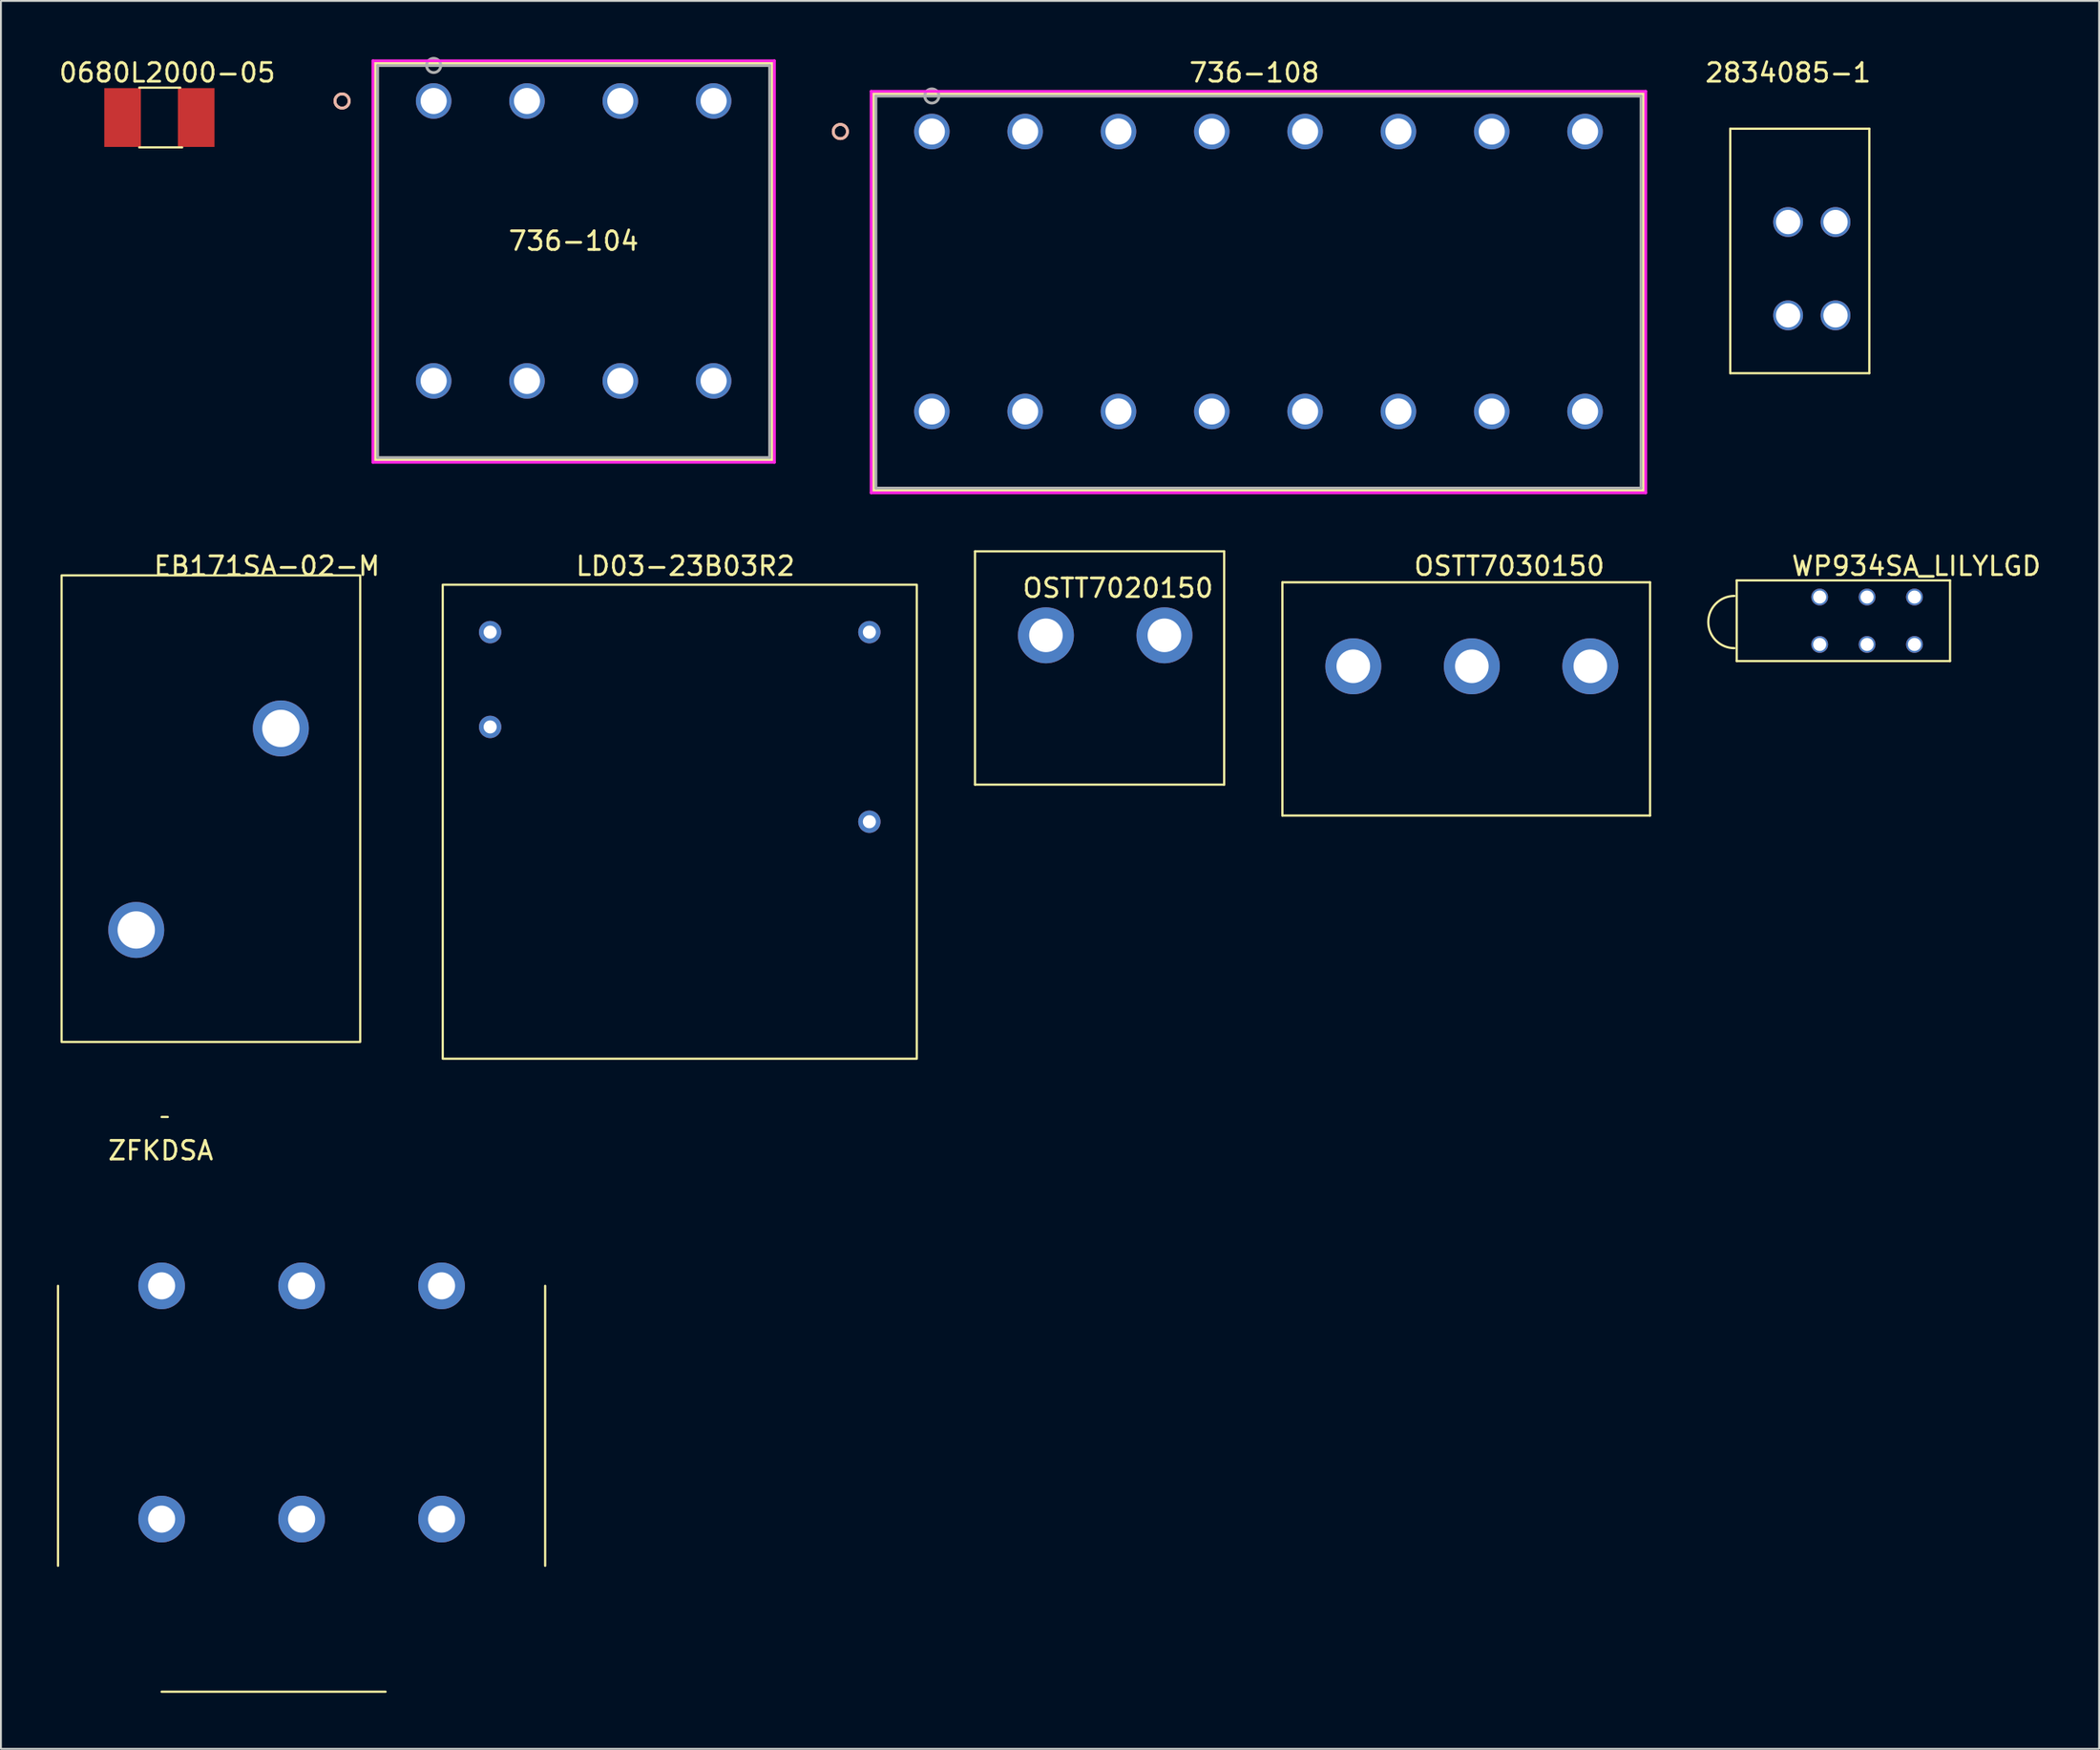
<source format=kicad_pcb>
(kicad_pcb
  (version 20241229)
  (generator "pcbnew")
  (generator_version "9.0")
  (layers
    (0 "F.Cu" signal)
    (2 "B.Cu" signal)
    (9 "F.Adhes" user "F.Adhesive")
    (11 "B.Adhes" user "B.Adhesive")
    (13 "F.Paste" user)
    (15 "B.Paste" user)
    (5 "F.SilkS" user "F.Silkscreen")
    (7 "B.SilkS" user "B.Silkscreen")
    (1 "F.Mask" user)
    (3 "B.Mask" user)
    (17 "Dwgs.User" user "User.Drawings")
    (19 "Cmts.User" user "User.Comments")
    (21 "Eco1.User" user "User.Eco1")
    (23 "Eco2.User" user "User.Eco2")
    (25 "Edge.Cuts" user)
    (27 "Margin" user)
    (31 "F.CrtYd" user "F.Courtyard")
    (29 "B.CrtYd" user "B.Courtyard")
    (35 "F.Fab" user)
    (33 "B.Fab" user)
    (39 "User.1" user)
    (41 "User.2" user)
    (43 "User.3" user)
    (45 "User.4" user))
  (footprint "OSTT7030150"
    (layer "F.Cu")
    (at 69.463 32.653)
    (property "Reference" "OSTT7030150" (at 8.36 -5.37 0) (unlocked yes) (layer "F.SilkS") (effects (font (size 1 1) (thickness 0.15))))
    (attr through_hole)
    (fp_line (start -3.8 -4.5) (end -3.8 8) (stroke (width 0.12) (type solid)) (layer "F.SilkS"))
    (fp_line (start -3.8 -4.5) (end 15.9 -4.5) (stroke (width 0.12) (type solid)) (layer "F.SilkS"))
    (fp_line (start 15.9 -4.5) (end 15.9 8) (stroke (width 0.12) (type solid)) (layer "F.SilkS"))
    (fp_line (start 15.9 8) (end -3.8 8) (stroke (width 0.12) (type solid)) (layer "F.SilkS"))
    (pad "1" thru_hole circle (at 0 0) (size 3 3) (drill 1.8) (layers "*.Cu" "*.Mask"))
    (pad "2" thru_hole circle (at 6.35 0) (size 3 3) (drill 1.8) (layers "*.Cu" "*.Mask"))
    (pad "3" thru_hole circle (at 12.7 0) (size 3 3) (drill 1.8) (layers "*.Cu" "*.Mask")))
  (footprint "736-108"
    (layer "F.Cu")
    (at 46.88 3.998)
    (property "Reference" "736-108" (at 17.28 -3.15 0) (layer "F.SilkS") (effects (font (size 1 1) (thickness 0.15))))
    (attr through_hole)
    (fp_line (start -3.125 -2.027) (end -3.125 19.233) (stroke (width 0.152) (type solid)) (layer "F.SilkS"))
    (fp_line (start -3.125 19.233) (end 38.125 19.233) (stroke (width 0.152) (type solid)) (layer "F.SilkS"))
    (fp_line (start 38.125 -2.027) (end -3.125 -2.027) (stroke (width 0.152) (type solid)) (layer "F.SilkS"))
    (fp_line (start 38.125 19.233) (end 38.125 -2.027) (stroke (width 0.152) (type solid)) (layer "F.SilkS"))
    (fp_circle (center -4.903 0) (end -4.522 0) (stroke (width 0.152) (type solid)) (fill no) (layer "F.SilkS"))
    (fp_circle (center -4.903 0) (end -4.522 0) (stroke (width 0.152) (type solid)) (fill no) (layer "B.SilkS"))
    (fp_line (start -3.252 -2.154) (end -3.252 19.36) (stroke (width 0.152) (type solid)) (layer "F.CrtYd"))
    (fp_line (start -3.252 19.36) (end 38.252 19.36) (stroke (width 0.152) (type solid)) (layer "F.CrtYd"))
    (fp_line (start 38.252 -2.154) (end -3.252 -2.154) (stroke (width 0.152) (type solid)) (layer "F.CrtYd"))
    (fp_line (start 38.252 19.36) (end 38.252 -2.154) (stroke (width 0.152) (type solid)) (layer "F.CrtYd"))
    (fp_line (start -2.998 -1.9) (end -2.998 19.106) (stroke (width 0.152) (type solid)) (layer "F.Fab"))
    (fp_line (start -2.998 19.106) (end 37.998 19.106) (stroke (width 0.152) (type solid)) (layer "F.Fab"))
    (fp_line (start 37.998 -1.9) (end -2.998 -1.9) (stroke (width 0.152) (type solid)) (layer "F.Fab"))
    (fp_line (start 37.998 19.106) (end 37.998 -1.9) (stroke (width 0.152) (type solid)) (layer "F.Fab"))
    (fp_circle (center 0 -1.905) (end 0.381 -1.905) (stroke (width 0.152) (type solid)) (fill no) (layer "F.Fab"))
    (fp_text user "Copyright 2016 Accelerated Designs. All rights reserved." (at 0 0 0) (layer "Cmts.User") (effects (font (size 0.127 0.127) (thickness 0.002))))
    (pad "1" thru_hole circle (at -0.000001 0) (size 1.905 1.905) (drill 1.397) (layers "*.Cu" "*.Mask"))
    (pad "2" thru_hole circle (at 5 0) (size 1.905 1.905) (drill 1.397) (layers "*.Cu" "*.Mask"))
    (pad "3" thru_hole circle (at 10 0) (size 1.905 1.905) (drill 1.397) (layers "*.Cu" "*.Mask"))
    (pad "4" thru_hole circle (at 15 0) (size 1.905 1.905) (drill 1.397) (layers "*.Cu" "*.Mask"))
    (pad "5" thru_hole circle (at 20 0) (size 1.905 1.905) (drill 1.397) (layers "*.Cu" "*.Mask"))
    (pad "6" thru_hole circle (at 25 0) (size 1.905 1.905) (drill 1.397) (layers "*.Cu" "*.Mask"))
    (pad "7" thru_hole circle (at 30 0) (size 1.905 1.905) (drill 1.397) (layers "*.Cu" "*.Mask"))
    (pad "8" thru_hole circle (at 35 0) (size 1.905 1.905) (drill 1.397) (layers "*.Cu" "*.Mask"))
    (pad "9" thru_hole circle (at -0.000001 15) (size 1.905 1.905) (drill 1.397) (layers "*.Cu" "*.Mask"))
    (pad "10" thru_hole circle (at 5 15) (size 1.905 1.905) (drill 1.397) (layers "*.Cu" "*.Mask"))
    (pad "11" thru_hole circle (at 10 15) (size 1.905 1.905) (drill 1.397) (layers "*.Cu" "*.Mask"))
    (pad "12" thru_hole circle (at 15 15) (size 1.905 1.905) (drill 1.397) (layers "*.Cu" "*.Mask"))
    (pad "13" thru_hole circle (at 20 15) (size 1.905 1.905) (drill 1.397) (layers "*.Cu" "*.Mask"))
    (pad "14" thru_hole circle (at 25 15) (size 1.905 1.905) (drill 1.397) (layers "*.Cu" "*.Mask"))
    (pad "15" thru_hole circle (at 30 15) (size 1.905 1.905) (drill 1.397) (layers "*.Cu" "*.Mask"))
    (pad "16" thru_hole circle (at 35 15) (size 1.905 1.905) (drill 1.397) (layers "*.Cu" "*.Mask")))
  (footprint "LD03-23B03R2"
    (layer "F.Cu")
    (at 20.673 28.283)
    (property "Reference" "LD03-23B03R2" (at 13 -1 0) (unlocked yes) (layer "F.SilkS") (effects (font (size 1 1) (thickness 0.15))))
    (attr through_hole)
    (fp_rect (start 0 0) (end 25.4 25.4) (stroke (width 0.12) (type solid)) (fill no) (layer "F.SilkS"))
    (pad "1" thru_hole circle (at 2.54 2.54) (size 1.2 1.2) (drill 0.7) (layers "*.Cu" "*.Mask"))
    (pad "2" thru_hole circle (at 2.54 7.62) (size 1.2 1.2) (drill 0.7) (layers "*.Cu" "*.Mask"))
    (pad "4" thru_hole circle (at 22.86 12.7) (size 1.2 1.2) (drill 0.7) (layers "*.Cu" "*.Mask"))
    (pad "5" thru_hole circle (at 22.86 2.54) (size 1.2 1.2) (drill 0.7) (layers "*.Cu" "*.Mask")))
  (footprint "ZFKDSA"
    (layer "F.Cu")
    (at 5.61 65.853)
    (property "Reference" "ZFKDSA" (at -0.05 -7.25 0) (unlocked yes) (layer "F.SilkS") (effects (font (size 1 1) (thickness 0.15))))
    (attr through_hole)
    (fp_line (start -5.55 0) (end -5.55 15) (stroke (width 0.12) (type solid)) (layer "F.SilkS"))
    (fp_line (start 0 -9.05) (end 0.33 -9.05) (stroke (width 0.12) (type solid)) (layer "F.SilkS"))
    (fp_line (start 0 21.75) (end 12 21.75) (stroke (width 0.12) (type solid)) (layer "F.SilkS"))
    (fp_line (start 20.55 0) (end 20.55 15) (stroke (width 0.12) (type solid)) (layer "F.SilkS"))
    (pad "1" thru_hole circle (at 0 0) (size 2.5 2.5) (drill 1.45) (layers "*.Cu" "*.Mask"))
    (pad "1" thru_hole circle (at 0 12.5) (size 2.5 2.5) (drill 1.45) (layers "*.Cu" "*.Mask"))
    (pad "2" thru_hole circle (at 7.5 0) (size 2.5 2.5) (drill 1.45) (layers "*.Cu" "*.Mask"))
    (pad "2" thru_hole circle (at 7.5 12.5) (size 2.5 2.5) (drill 1.45) (layers "*.Cu" "*.Mask"))
    (pad "3" thru_hole circle (at 15 0) (size 2.5 2.5) (drill 1.45) (layers "*.Cu" "*.Mask"))
    (pad "3" thru_hole circle (at 15 12.5) (size 2.5 2.5) (drill 1.45) (layers "*.Cu" "*.Mask")))
  (footprint "OSTT7020150"
    (layer "F.Cu")
    (at 53.303 30.264)
    (property "Reference" "OSTT7020150" (at 3.55 -1.8 0) (unlocked yes) (layer "F.SilkS") (effects (font (size 1 1) (thickness 0.15))))
    (attr through_hole)
    (fp_line (start -4.11 -3.77) (end -4.11 8.73) (stroke (width 0.12) (type solid)) (layer "F.SilkS"))
    (fp_line (start -4.11 -3.77) (end 9.24 -3.77) (stroke (width 0.12) (type solid)) (layer "F.SilkS"))
    (fp_line (start 9.24 -3.77) (end 9.24 8.73) (stroke (width 0.12) (type solid)) (layer "F.SilkS"))
    (fp_line (start 9.24 8.73) (end -4.11 8.73) (stroke (width 0.12) (type solid)) (layer "F.SilkS"))
    (pad "1" thru_hole circle (at -0.31 0.73) (size 3 3) (drill 1.8) (layers "*.Cu" "*.Mask"))
    (pad "2" thru_hole circle (at 6.04 0.73) (size 3 3) (drill 1.8) (layers "*.Cu" "*.Mask")))
  (footprint "EB171SA-02-M"
    (layer "F.Cu")
    (at 0.25 27.783)
    (property "Reference" "EB171SA-02-M" (at 11 -0.5 0) (unlocked yes) (layer "F.SilkS") (effects (font (size 1 1) (thickness 0.15))))
    (attr through_hole)
    (fp_rect (start 0 0) (end 16 25) (stroke (width 0.12) (type solid)) (fill no) (layer "F.SilkS"))
    (pad "1" thru_hole circle (at 11.75 8.2) (size 3 3) (drill 2) (layers "*.Cu" "*.Mask"))
    (pad "2" thru_hole circle (at 4 19) (size 3 3) (drill 2) (layers "*.Cu" "*.Mask")))
  (footprint "736-104"
    (layer "F.Cu")
    (at 20.187 2.362)
    (property "Reference" "736-104" (at 7.5 7.5 0) (layer "F.SilkS") (effects (font (size 1 1) (thickness 0.15))))
    (attr through_hole)
    (fp_line (start -3.13 -2.027) (end -3.13 19.233) (stroke (width 0.152) (type solid)) (layer "F.SilkS"))
    (fp_line (start -3.13 19.233) (end 18.13 19.233) (stroke (width 0.152) (type solid)) (layer "F.SilkS"))
    (fp_line (start 18.13 -2.027) (end -3.13 -2.027) (stroke (width 0.152) (type solid)) (layer "F.SilkS"))
    (fp_line (start 18.13 19.233) (end 18.13 -2.027) (stroke (width 0.152) (type solid)) (layer "F.SilkS"))
    (fp_circle (center -4.908 0) (end -4.527 0) (stroke (width 0.152) (type solid)) (fill no) (layer "F.SilkS"))
    (fp_circle (center -4.908 0) (end -4.527 0) (stroke (width 0.152) (type solid)) (fill no) (layer "B.SilkS"))
    (fp_line (start -3.257 -2.154) (end -3.257 19.36) (stroke (width 0.152) (type solid)) (layer "F.CrtYd"))
    (fp_line (start -3.257 19.36) (end 18.257 19.36) (stroke (width 0.152) (type solid)) (layer "F.CrtYd"))
    (fp_line (start 18.257 -2.154) (end -3.257 -2.154) (stroke (width 0.152) (type solid)) (layer "F.CrtYd"))
    (fp_line (start 18.257 19.36) (end 18.257 -2.154) (stroke (width 0.152) (type solid)) (layer "F.CrtYd"))
    (fp_line (start -3.003 -1.9) (end -3.003 19.106) (stroke (width 0.152) (type solid)) (layer "F.Fab"))
    (fp_line (start -3.003 19.106) (end 18.003 19.106) (stroke (width 0.152) (type solid)) (layer "F.Fab"))
    (fp_line (start 18.003 -1.9) (end -3.003 -1.9) (stroke (width 0.152) (type solid)) (layer "F.Fab"))
    (fp_line (start 18.003 19.106) (end 18.003 -1.9) (stroke (width 0.152) (type solid)) (layer "F.Fab"))
    (fp_circle (center 0 -1.905) (end 0.381 -1.905) (stroke (width 0.152) (type solid)) (fill no) (layer "F.Fab"))
    (fp_text user "Copyright 2016 Accelerated Designs. All rights reserved." (at 0 0 0) (layer "Cmts.User") (effects (font (size 0.127 0.127) (thickness 0.002))))
    (pad "1" thru_hole circle (at 0 0) (size 1.905 1.905) (drill 1.397) (layers "*.Cu" "*.Mask"))
    (pad "2" thru_hole circle (at 5 0) (size 1.905 1.905) (drill 1.397) (layers "*.Cu" "*.Mask"))
    (pad "3" thru_hole circle (at 10 0) (size 1.905 1.905) (drill 1.397) (layers "*.Cu" "*.Mask"))
    (pad "4" thru_hole circle (at 15 0) (size 1.905 1.905) (drill 1.397) (layers "*.Cu" "*.Mask"))
    (pad "5" thru_hole circle (at 0 15) (size 1.905 1.905) (drill 1.397) (layers "*.Cu" "*.Mask"))
    (pad "6" thru_hole circle (at 5 15) (size 1.905 1.905) (drill 1.397) (layers "*.Cu" "*.Mask"))
    (pad "7" thru_hole circle (at 10 15) (size 1.905 1.905) (drill 1.397) (layers "*.Cu" "*.Mask"))
    (pad "8" thru_hole circle (at 15 15) (size 1.905 1.905) (drill 1.397) (layers "*.Cu" "*.Mask")))
  (footprint "0680L2000-05"
    (layer "F.Cu")
    (at 4.511 3.248)
    (property "Reference" "0680L2000-05" (at 1.4 -2.4 0) (unlocked yes) (layer "F.SilkS") (effects (font (size 1 1) (thickness 0.15))))
    (attr through_hole)
    (fp_line (start -0.1 -1.6) (end 2.1 -1.6) (stroke (width 0.12) (type solid)) (layer "F.SilkS"))
    (fp_line (start -0.1 1.6) (end 2.2 1.6) (stroke (width 0.12) (type solid)) (layer "F.SilkS"))
    (pad "1" smd rect (at -0.991 0) (size 1.96 3.15) (layers "F.Cu" "F.Mask" "F.Paste"))
    (pad "2" smd rect (at 2.95 0) (size 1.96 3.15) (layers "F.Cu" "F.Mask" "F.Paste")))
  (footprint "WP934SA_LILYLGD"
    (layer "F.Cu")
    (at 99.532 31.483)
    (property "Reference" "WP934SA_LILYLGD" (at 0.1 -4.2 0) (unlocked yes) (layer "F.SilkS") (effects (font (size 1 1) (thickness 0.15))))
    (attr through_hole)
    (fp_line (start -9.525 -3.431) (end 1.905 -3.431) (stroke (width 0.12) (type solid)) (layer "F.SilkS"))
    (fp_line (start -9.525 0.889) (end -9.525 -3.431) (stroke (width 0.12) (type solid)) (layer "F.SilkS"))
    (fp_line (start 1.905 -3.431) (end 1.905 0.889) (stroke (width 0.12) (type solid)) (layer "F.SilkS"))
    (fp_line (start 1.905 0.889) (end -9.525 0.889) (stroke (width 0.12) (type solid)) (layer "F.SilkS"))
    (fp_arc (start -9.649058 0.2) (mid -11.049 -1.199942) (end -9.649058 -2.599884) (stroke (width 0.12) (type solid)) (layer "F.SilkS"))
    (pad "1" thru_hole circle (at 0 0) (size 0.9 0.9) (drill 0.7) (layers "*.Cu" "*.Mask"))
    (pad "2" thru_hole circle (at 0 -2.54) (size 0.9 0.9) (drill 0.7) (layers "*.Cu" "*.Mask"))
    (pad "3" thru_hole circle (at -2.54 0) (size 0.9 0.9) (drill 0.7) (layers "*.Cu" "*.Mask"))
    (pad "4" thru_hole circle (at -2.54 -2.54) (size 0.9 0.9) (drill 0.7) (layers "*.Cu" "*.Mask"))
    (pad "5" thru_hole circle (at -5.08 0) (size 0.9 0.9) (drill 0.7) (layers "*.Cu" "*.Mask"))
    (pad "6" thru_hole circle (at -5.08 -2.54) (size 0.9 0.9) (drill 0.7) (layers "*.Cu" "*.Mask")))
  (footprint "2834085-1"
    (layer "F.Cu")
    (at 92.761 13.848)
    (property "Reference" "2834085-1" (at 0 -13 0) (unlocked yes) (layer "F.SilkS") (effects (font (size 1 1) (thickness 0.15))))
    (attr through_hole)
    (fp_line (start -3.1 -10) (end -3.1 3.1) (stroke (width 0.12) (type solid)) (layer "F.SilkS"))
    (fp_line (start -3.1 3.1) (end 4.35 3.1) (stroke (width 0.12) (type solid)) (layer "F.SilkS"))
    (fp_line (start 4.35 -10) (end -3.1 -10) (stroke (width 0.12) (type solid)) (layer "F.SilkS"))
    (fp_line (start 4.35 -10) (end 4.35 3.1) (stroke (width 0.12) (type solid)) (layer "F.SilkS"))
    (pad "1" thru_hole circle (at 0 -5) (size 1.6 1.6) (drill 1.3) (layers "*.Cu" "*.Mask"))
    (pad "1" thru_hole circle (at 0 0) (size 1.6 1.6) (drill 1.3) (layers "*.Cu" "*.Mask"))
    (pad "2" thru_hole circle (at 2.54 -5) (size 1.6 1.6) (drill 1.3) (layers "*.Cu" "*.Mask"))
    (pad "2" thru_hole circle (at 2.54 0) (size 1.6 1.6) (drill 1.3) (layers "*.Cu" "*.Mask")))
  (gr_rect
    (start -3 -3)
    (end 109.423 90.663)
    (stroke (width 0.1) (type default))
    (fill no)
    (layer "Edge.Cuts")))
</source>
